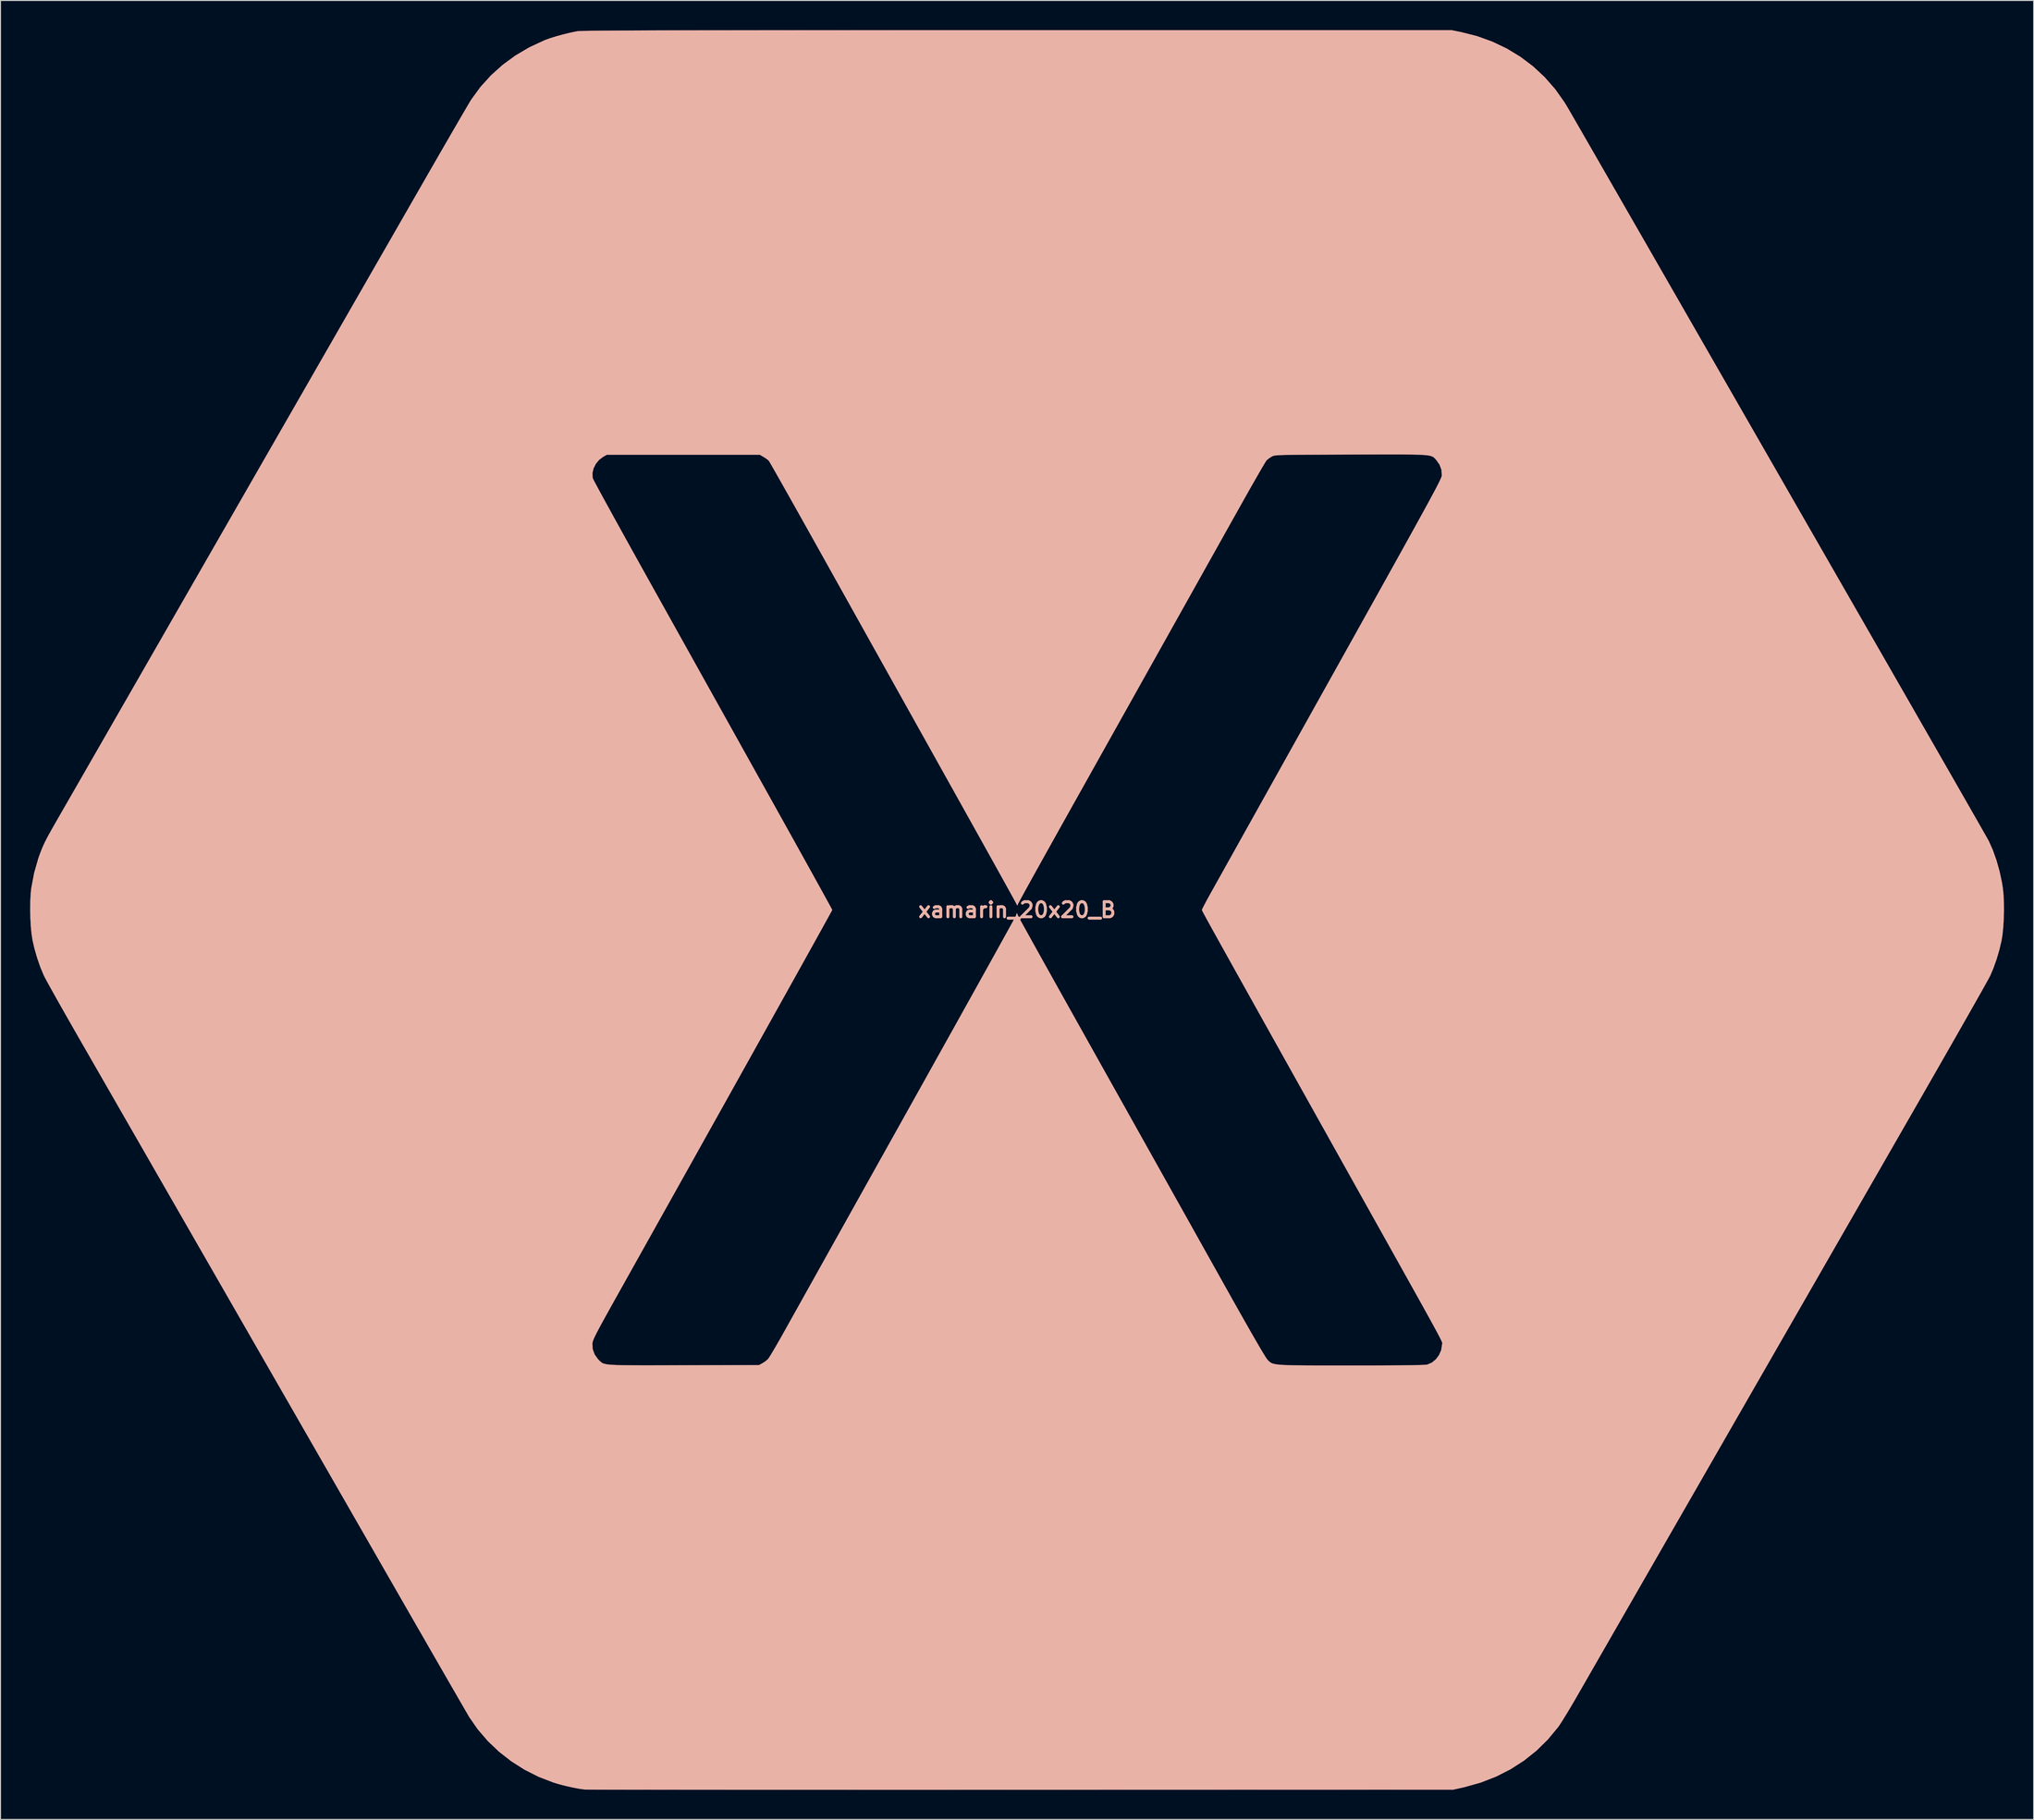
<source format=kicad_pcb>
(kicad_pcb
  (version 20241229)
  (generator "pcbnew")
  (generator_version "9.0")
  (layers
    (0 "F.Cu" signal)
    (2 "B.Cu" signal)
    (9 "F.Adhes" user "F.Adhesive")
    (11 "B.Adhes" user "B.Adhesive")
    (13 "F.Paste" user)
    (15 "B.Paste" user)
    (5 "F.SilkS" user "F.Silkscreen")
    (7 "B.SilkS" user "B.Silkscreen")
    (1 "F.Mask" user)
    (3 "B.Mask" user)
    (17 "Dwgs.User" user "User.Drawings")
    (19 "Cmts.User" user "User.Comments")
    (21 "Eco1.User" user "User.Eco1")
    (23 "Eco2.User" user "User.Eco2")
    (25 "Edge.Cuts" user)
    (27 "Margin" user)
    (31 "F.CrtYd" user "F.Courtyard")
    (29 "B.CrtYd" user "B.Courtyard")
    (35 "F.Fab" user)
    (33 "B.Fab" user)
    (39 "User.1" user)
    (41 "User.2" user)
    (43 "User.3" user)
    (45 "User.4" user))
  (footprint "xamarin_20x20_B"
    (layer "F.Cu")
    (at 99.904 89.117)
    (property "Reference" "xamarin_20x20_B" (at 0 0 0) (layer "B.SilkS") (effects (font (size 1.524 1.524) (thickness 0.3))))
    (attr through_hole)
    (fp_poly (pts (xy 44.95 -88.916) (xy 46.567 -88.506) (xy 48.112 -87.948) (xy 49.576 -87.249) (xy 50.951 -86.413) (xy 52.23 -85.447) (xy 53.403 -84.356) (xy 54.462 -83.146) (xy 55.4 -81.823) (xy 55.612 -81.48) (xy 55.701 -81.329) (xy 55.87 -81.038) (xy 56.115 -80.614) (xy 56.432 -80.064) (xy 56.818 -79.395) (xy 57.268 -78.613) (xy 57.779 -77.726) (xy 58.346 -76.741) (xy 58.965 -75.664) (xy 59.633 -74.502) (xy 60.345 -73.263) (xy 61.098 -71.953) (xy 61.887 -70.579) (xy 62.709 -69.148) (xy 63.56 -67.667) (xy 64.435 -66.143) (xy 65.33 -64.583) (xy 65.806 -63.754) (xy 66.781 -62.056) (xy 67.831 -60.226) (xy 68.948 -58.28) (xy 70.123 -56.233) (xy 71.347 -54.101) (xy 72.611 -51.898) (xy 73.907 -49.64) (xy 75.226 -47.342) (xy 76.559 -45.02) (xy 77.897 -42.688) (xy 79.232 -40.363) (xy 80.554 -38.059) (xy 81.856 -35.792) (xy 83.127 -33.577) (xy 84.36 -31.429) (xy 85.546 -29.364) (xy 86.675 -27.397) (xy 86.813 -27.156) (xy 87.788 -25.459) (xy 88.741 -23.797) (xy 89.671 -22.177) (xy 90.573 -20.604) (xy 91.443 -19.086) (xy 92.279 -17.627) (xy 93.077 -16.235) (xy 93.833 -14.916) (xy 94.543 -13.675) (xy 95.205 -12.519) (xy 95.814 -11.455) (xy 96.367 -10.487) (xy 96.861 -9.624) (xy 97.291 -8.87) (xy 97.655 -8.231) (xy 97.948 -7.716) (xy 98.168 -7.328) (xy 98.31 -7.075) (xy 98.371 -6.963) (xy 98.778 -6.046) (xy 99.144 -5.011) (xy 99.455 -3.907) (xy 99.695 -2.781) (xy 99.788 -2.201) (xy 99.856 -1.531) (xy 99.892 -0.75) (xy 99.898 0.095) (xy 99.875 0.955) (xy 99.824 1.784) (xy 99.746 2.534) (xy 99.656 3.09) (xy 99.433 4.042) (xy 99.145 5.016) (xy 98.814 5.944) (xy 98.515 6.646) (xy 98.434 6.802) (xy 98.274 7.097) (xy 98.038 7.522) (xy 97.732 8.069) (xy 97.36 8.73) (xy 96.927 9.496) (xy 96.437 10.36) (xy 95.896 11.314) (xy 95.307 12.349) (xy 94.676 13.456) (xy 94.006 14.629) (xy 93.304 15.857) (xy 92.573 17.134) (xy 91.818 18.452) (xy 91.062 19.77) (xy 90.164 21.333) (xy 89.21 22.995) (xy 88.21 24.736) (xy 87.176 26.538) (xy 86.118 28.379) (xy 85.049 30.241) (xy 83.979 32.104) (xy 82.92 33.948) (xy 81.883 35.754) (xy 80.88 37.502) (xy 79.921 39.173) (xy 79.017 40.746) (xy 78.181 42.203) (xy 77.765 42.926) (xy 76.942 44.359) (xy 76.047 45.918) (xy 75.092 47.581) (xy 74.089 49.328) (xy 73.051 51.137) (xy 71.988 52.986) (xy 70.915 54.856) (xy 69.842 56.725) (xy 68.782 58.571) (xy 67.747 60.373) (xy 66.749 62.111) (xy 65.8 63.762) (xy 64.913 65.307) (xy 64.857 65.405) (xy 64.084 66.75) (xy 63.318 68.084) (xy 62.565 69.396) (xy 61.83 70.677) (xy 61.118 71.915) (xy 60.437 73.101) (xy 59.792 74.225) (xy 59.188 75.277) (xy 58.632 76.245) (xy 58.129 77.121) (xy 57.686 77.894) (xy 57.307 78.553) (xy 56.999 79.089) (xy 56.768 79.492) (xy 56.714 79.587) (xy 56.35 80.215) (xy 55.988 80.828) (xy 55.644 81.401) (xy 55.331 81.911) (xy 55.065 82.334) (xy 54.859 82.645) (xy 54.777 82.762) (xy 53.736 84.02) (xy 52.582 85.156) (xy 51.319 86.164) (xy 49.955 87.041) (xy 48.495 87.784) (xy 46.944 88.388) (xy 45.31 88.849) (xy 45.172 88.881) (xy 44.154 89.109) (xy 0.339 89.118) (xy -2.379 89.119) (xy -5.056 89.119) (xy -7.686 89.12) (xy -10.264 89.12) (xy -12.786 89.12) (xy -15.246 89.12) (xy -17.639 89.119) (xy -19.961 89.119) (xy -22.206 89.119) (xy -24.369 89.118) (xy -26.445 89.117) (xy -28.429 89.117) (xy -30.317 89.116) (xy -32.102 89.115) (xy -33.781 89.114) (xy -35.348 89.113) (xy -36.797 89.111) (xy -38.125 89.11) (xy -39.326 89.109) (xy -40.394 89.107) (xy -41.326 89.106) (xy -42.115 89.104) (xy -42.757 89.102) (xy -43.247 89.101) (xy -43.58 89.099) (xy -43.751 89.097) (xy -43.773 89.096) (xy -44.332 89.017) (xy -44.991 88.891) (xy -45.69 88.733) (xy -46.372 88.556) (xy -46.933 88.386) (xy -48.426 87.811) (xy -49.85 87.092) (xy -51.194 86.24) (xy -52.442 85.265) (xy -53.582 84.178) (xy -54.599 82.99) (xy -55.433 81.788) (xy -55.512 81.655) (xy -55.671 81.382) (xy -55.905 80.98) (xy -56.209 80.455) (xy -56.578 79.815) (xy -57.008 79.069) (xy -57.495 78.226) (xy -58.032 77.292) (xy -58.616 76.277) (xy -59.243 75.188) (xy -59.906 74.033) (xy -60.603 72.822) (xy -61.327 71.561) (xy -62.074 70.259) (xy -62.698 69.173) (xy -63.552 67.685) (xy -64.442 66.134) (xy -65.358 64.537) (xy -66.292 62.91) (xy -67.233 61.27) (xy -68.173 59.632) (xy -69.102 58.015) (xy -70.01 56.433) (xy -70.887 54.904) (xy -71.726 53.444) (xy -72.515 52.07) (xy -73.245 50.797) (xy -73.908 49.643) (xy -74.338 48.895) (xy -75.208 47.38) (xy -76.148 45.743) (xy -77.15 43.998) (xy -77.179 43.948) (xy -42.991 43.948) (xy -42.953 44.503) (xy -42.757 45.033) (xy -42.415 45.51) (xy -42.339 45.587) (xy -42.247 45.679) (xy -42.163 45.761) (xy -42.078 45.832) (xy -41.98 45.894) (xy -41.858 45.946) (xy -41.703 45.991) (xy -41.503 46.028) (xy -41.249 46.057) (xy -40.928 46.081) (xy -40.531 46.099) (xy -40.046 46.112) (xy -39.464 46.12) (xy -38.774 46.125) (xy -37.964 46.127) (xy -37.024 46.127) (xy -35.944 46.125) (xy -34.713 46.122) (xy -33.74 46.119) (xy -26.12 46.101) (xy -25.781 45.918) (xy -25.509 45.743) (xy -25.262 45.54) (xy -25.217 45.495) (xy -25.122 45.364) (xy -24.957 45.105) (xy -24.734 44.736) (xy -24.463 44.276) (xy -24.157 43.746) (xy -23.826 43.165) (xy -23.598 42.757) (xy -23.434 42.463) (xy -23.192 42.029) (xy -22.875 41.462) (xy -22.488 40.768) (xy -22.034 39.955) (xy -21.517 39.029) (xy -20.942 37.999) (xy -20.312 36.87) (xy -19.631 35.651) (xy -18.904 34.348) (xy -18.134 32.969) (xy -17.325 31.52) (xy -16.482 30.009) (xy -15.608 28.443) (xy -14.707 26.829) (xy -13.783 25.174) (xy -12.84 23.485) (xy -11.883 21.77) (xy -11.215 20.574) (xy -10.267 18.875) (xy -9.339 17.212) (xy -8.437 15.593) (xy -7.562 14.023) (xy -6.718 12.509) (xy -5.909 11.056) (xy -5.139 9.672) (xy -4.41 8.361) (xy -3.726 7.13) (xy -3.091 5.986) (xy -2.507 4.935) (xy -1.979 3.982) (xy -1.51 3.134) (xy -1.103 2.398) (xy -0.762 1.778) (xy -0.49 1.283) (xy -0.291 0.917) (xy -0.167 0.686) (xy -0.123 0.6) (xy -0.021 0.31) (xy 0.146 0.684) (xy 0.204 0.795) (xy 0.34 1.046) (xy 0.551 1.43) (xy 0.833 1.94) (xy 1.181 2.569) (xy 1.591 3.309) (xy 2.061 4.153) (xy 2.584 5.094) (xy 3.158 6.124) (xy 3.779 7.237) (xy 4.441 8.424) (xy 5.142 9.68) (xy 5.877 10.995) (xy 6.643 12.364) (xy 7.434 13.779) (xy 8.247 15.232) (xy 8.488 15.663) (xy 9.378 17.253) (xy 10.287 18.878) (xy 11.21 20.526) (xy 12.138 22.184) (xy 13.064 23.839) (xy 13.982 25.48) (xy 14.884 27.092) (xy 15.763 28.663) (xy 16.613 30.181) (xy 17.425 31.632) (xy 18.192 33.005) (xy 18.908 34.285) (xy 19.566 35.461) (xy 20.158 36.519) (xy 20.677 37.447) (xy 20.852 37.761) (xy 21.662 39.208) (xy 22.391 40.505) (xy 23.041 41.654) (xy 23.61 42.656) (xy 24.1 43.51) (xy 24.511 44.216) (xy 24.842 44.776) (xy 25.095 45.189) (xy 25.268 45.456) (xy 25.357 45.571) (xy 25.452 45.668) (xy 25.541 45.753) (xy 25.635 45.827) (xy 25.743 45.891) (xy 25.877 45.946) (xy 26.048 45.992) (xy 26.267 46.031) (xy 26.543 46.062) (xy 26.889 46.087) (xy 27.315 46.106) (xy 27.831 46.12) (xy 28.449 46.13) (xy 29.179 46.137) (xy 30.032 46.141) (xy 31.019 46.143) (xy 32.15 46.143) (xy 33.437 46.143) (xy 33.845 46.143) (xy 35.316 46.142) (xy 36.622 46.14) (xy 37.766 46.135) (xy 38.752 46.128) (xy 39.583 46.12) (xy 40.263 46.109) (xy 40.795 46.096) (xy 41.184 46.081) (xy 41.433 46.064) (xy 41.529 46.05) (xy 41.983 45.853) (xy 42.384 45.525) (xy 42.706 45.1) (xy 42.923 44.613) (xy 43.009 44.1) (xy 43.01 44.066) (xy 43.013 44.023) (xy 43.021 43.992) (xy 43.031 43.968) (xy 43.04 43.945) (xy 43.044 43.917) (xy 43.041 43.878) (xy 43.027 43.824) (xy 43 43.749) (xy 42.956 43.647) (xy 42.892 43.512) (xy 42.806 43.339) (xy 42.694 43.122) (xy 42.554 42.856) (xy 42.382 42.535) (xy 42.175 42.154) (xy 41.93 41.707) (xy 41.644 41.188) (xy 41.315 40.592) (xy 40.938 39.913) (xy 40.511 39.145) (xy 40.032 38.284) (xy 39.496 37.324) (xy 38.902 36.258) (xy 38.245 35.082) (xy 37.523 33.789) (xy 36.733 32.375) (xy 35.871 30.833) (xy 34.936 29.158) (xy 33.923 27.345) (xy 33.191 26.035) (xy 31.891 23.707) (xy 30.671 21.522) (xy 29.528 19.476) (xy 28.46 17.565) (xy 27.465 15.782) (xy 26.539 14.125) (xy 25.681 12.588) (xy 24.888 11.168) (xy 24.158 9.858) (xy 23.486 8.655) (xy 22.873 7.555) (xy 22.313 6.552) (xy 21.807 5.643) (xy 21.349 4.822) (xy 20.939 4.084) (xy 20.573 3.427) (xy 20.25 2.844) (xy 19.966 2.332) (xy 19.718 1.885) (xy 19.506 1.5) (xy 19.325 1.171) (xy 19.173 0.894) (xy 19.048 0.665) (xy 18.948 0.479) (xy 18.869 0.331) (xy 18.81 0.217) (xy 18.767 0.132) (xy 18.738 0.072) (xy 18.721 0.032) (xy 18.713 0.008) (xy 18.711 -0.003) (xy 18.751 -0.106) (xy 18.862 -0.332) (xy 19.033 -0.66) (xy 19.25 -1.065) (xy 19.502 -1.524) (xy 19.592 -1.685) (xy 19.709 -1.894) (xy 19.904 -2.245) (xy 20.175 -2.73) (xy 20.518 -3.344) (xy 20.927 -4.078) (xy 21.401 -4.928) (xy 21.936 -5.885) (xy 22.526 -6.944) (xy 23.17 -8.098) (xy 23.863 -9.339) (xy 24.601 -10.663) (xy 25.381 -12.061) (xy 26.199 -13.527) (xy 27.051 -15.055) (xy 27.934 -16.638) (xy 28.844 -18.269) (xy 29.777 -19.942) (xy 30.73 -21.65) (xy 31.699 -23.387) (xy 31.712 -23.41) (xy 32.858 -25.465) (xy 33.924 -27.377) (xy 34.913 -29.152) (xy 35.829 -30.795) (xy 36.673 -32.31) (xy 37.449 -33.704) (xy 38.159 -34.981) (xy 38.806 -36.147) (xy 39.394 -37.207) (xy 39.925 -38.166) (xy 40.401 -39.028) (xy 40.826 -39.801) (xy 41.203 -40.488) (xy 41.535 -41.095) (xy 41.823 -41.627) (xy 42.072 -42.089) (xy 42.283 -42.486) (xy 42.461 -42.825) (xy 42.607 -43.109) (xy 42.725 -43.344) (xy 42.817 -43.536) (xy 42.886 -43.689) (xy 42.936 -43.808) (xy 42.968 -43.9) (xy 42.986 -43.968) (xy 42.992 -44.008) (xy 42.959 -44.568) (xy 42.766 -45.101) (xy 42.443 -45.559) (xy 42.356 -45.657) (xy 42.278 -45.744) (xy 42.198 -45.82) (xy 42.106 -45.886) (xy 41.991 -45.943) (xy 41.842 -45.99) (xy 41.649 -46.03) (xy 41.401 -46.062) (xy 41.088 -46.087) (xy 40.7 -46.106) (xy 40.225 -46.12) (xy 39.653 -46.129) (xy 38.974 -46.134) (xy 38.177 -46.136) (xy 37.251 -46.135) (xy 36.186 -46.133) (xy 34.972 -46.129) (xy 33.782 -46.125) (xy 32.47 -46.121) (xy 31.316 -46.117) (xy 30.31 -46.113) (xy 29.442 -46.109) (xy 28.7 -46.104) (xy 28.073 -46.098) (xy 27.552 -46.092) (xy 27.124 -46.083) (xy 26.78 -46.073) (xy 26.509 -46.062) (xy 26.3 -46.048) (xy 26.142 -46.031) (xy 26.025 -46.012) (xy 25.938 -45.989) (xy 25.869 -45.963) (xy 25.809 -45.934) (xy 25.781 -45.919) (xy 25.522 -45.756) (xy 25.298 -45.578) (xy 25.254 -45.534) (xy 25.179 -45.425) (xy 25.03 -45.182) (xy 24.814 -44.817) (xy 24.54 -44.346) (xy 24.215 -43.781) (xy 23.846 -43.135) (xy 23.442 -42.423) (xy 23.011 -41.658) (xy 22.58 -40.89) (xy 22.186 -40.185) (xy 21.718 -39.35) (xy 21.187 -38.401) (xy 20.603 -37.357) (xy 19.975 -36.234) (xy 19.312 -35.05) (xy 18.625 -33.822) (xy 17.924 -32.567) (xy 17.217 -31.304) (xy 16.515 -30.049) (xy 15.827 -28.819) (xy 15.454 -28.152) (xy 14.77 -26.929) (xy 14.016 -25.581) (xy 13.204 -24.13) (xy 12.347 -22.599) (xy 11.458 -21.009) (xy 10.548 -19.383) (xy 9.631 -17.744) (xy 8.719 -16.113) (xy 7.824 -14.514) (xy 6.96 -12.968) (xy 6.137 -11.499) (xy 5.458 -10.285) (xy 4.799 -9.105) (xy 4.162 -7.965) (xy 3.553 -6.873) (xy 2.977 -5.838) (xy 2.438 -4.869) (xy 1.941 -3.975) (xy 1.492 -3.164) (xy 1.095 -2.446) (xy 0.756 -1.829) (xy 0.478 -1.323) (xy 0.268 -0.936) (xy 0.13 -0.677) (xy 0.068 -0.555) (xy 0.066 -0.548) (xy 0.031 -0.452) (xy -0.015 -0.493) (xy -0.071 -0.619) (xy -0.122 -0.717) (xy -0.252 -0.956) (xy -0.455 -1.327) (xy -0.729 -1.822) (xy -1.067 -2.435) (xy -1.467 -3.157) (xy -1.924 -3.981) (xy -2.434 -4.899) (xy -2.992 -5.903) (xy -3.594 -6.985) (xy -4.236 -8.139) (xy -4.914 -9.355) (xy -5.623 -10.627) (xy -6.359 -11.947) (xy -7.118 -13.307) (xy -7.337 -13.7) (xy -8.204 -15.254) (xy -9.112 -16.882) (xy -10.052 -18.565) (xy -11.013 -20.288) (xy -11.987 -22.032) (xy -12.963 -23.782) (xy -13.933 -25.519) (xy -14.887 -27.228) (xy -15.815 -28.891) (xy -16.708 -30.492) (xy -17.556 -32.012) (xy -18.351 -33.436) (xy -19.082 -34.747) (xy -19.74 -35.926) (xy -19.749 -35.941) (xy -20.402 -37.11) (xy -21.034 -38.24) (xy -21.639 -39.322) (xy -22.213 -40.346) (xy -22.751 -41.304) (xy -23.247 -42.186) (xy -23.696 -42.984) (xy -24.094 -43.688) (xy -24.435 -44.29) (xy -24.715 -44.78) (xy -24.927 -45.151) (xy -25.068 -45.392) (xy -25.132 -45.494) (xy -25.133 -45.496) (xy -25.288 -45.631) (xy -25.523 -45.796) (xy -25.654 -45.877) (xy -26.035 -46.101) (xy -41.529 -46.101) (xy -41.906 -45.889) (xy -42.312 -45.583) (xy -42.639 -45.183) (xy -42.869 -44.726) (xy -42.983 -44.253) (xy -42.965 -43.799) (xy -42.941 -43.706) (xy -42.889 -43.595) (xy -42.759 -43.344) (xy -42.556 -42.964) (xy -42.285 -42.462) (xy -41.951 -41.847) (xy -41.558 -41.128) (xy -41.111 -40.315) (xy -40.615 -39.414) (xy -40.076 -38.437) (xy -39.497 -37.39) (xy -38.884 -36.284) (xy -38.241 -35.126) (xy -37.573 -33.926) (xy -37.161 -33.186) (xy -36.398 -31.816) (xy -35.563 -30.319) (xy -34.67 -28.716) (xy -33.729 -27.028) (xy -32.753 -25.276) (xy -31.752 -23.48) (xy -30.739 -21.662) (xy -29.725 -19.843) (xy -28.722 -18.044) (xy -27.742 -16.285) (xy -26.796 -14.587) (xy -25.896 -12.972) (xy -25.094 -11.534) (xy -24.375 -10.243) (xy -23.679 -8.993) (xy -23.01 -7.79) (xy -22.373 -6.643) (xy -21.772 -5.56) (xy -21.211 -4.549) (xy -20.696 -3.619) (xy -20.23 -2.776) (xy -19.817 -2.029) (xy -19.463 -1.387) (xy -19.172 -0.856) (xy -18.948 -0.446) (xy -18.796 -0.164) (xy -18.72 -0.018) (xy -18.711 0.001) (xy -18.752 0.081) (xy -18.872 0.304) (xy -19.069 0.663) (xy -19.339 1.153) (xy -19.679 1.768) (xy -20.086 2.503) (xy -20.557 3.352) (xy -21.089 4.309) (xy -21.678 5.369) (xy -22.322 6.527) (xy -23.017 7.775) (xy -23.76 9.11) (xy -24.548 10.525) (xy -25.378 12.015) (xy -26.247 13.573) (xy -27.151 15.195) (xy -28.088 16.875) (xy -29.054 18.607) (xy -30.046 20.385) (xy -31.062 22.204) (xy -32.097 24.058) (xy -33.149 25.943) (xy -34.215 27.851) (xy -35.292 29.777) (xy -36.376 31.716) (xy -37.464 33.663) (xy -38.553 35.61) (xy -39.64 37.554) (xy -39.945 38.1) (xy -40.52 39.128) (xy -41.017 40.018) (xy -41.442 40.783) (xy -41.801 41.433) (xy -42.1 41.979) (xy -42.343 42.432) (xy -42.538 42.802) (xy -42.688 43.101) (xy -42.801 43.338) (xy -42.882 43.526) (xy -42.936 43.675) (xy -42.969 43.796) (xy -42.986 43.899) (xy -42.991 43.948) (xy -77.179 43.948) (xy -78.205 42.161) (xy -79.305 40.245) (xy -80.441 38.266) (xy -81.605 36.239) (xy -82.789 34.178) (xy -83.983 32.099) (xy -85.179 30.015) (xy -86.37 27.942) (xy -87.546 25.894) (xy -88.698 23.886) (xy -89.82 21.934) (xy -90.901 20.051) (xy -91.933 18.252) (xy -92.909 16.553) (xy -93.819 14.968) (xy -94.655 13.512) (xy -94.83 13.208) (xy -95.363 12.277) (xy -95.879 11.373) (xy -96.371 10.509) (xy -96.83 9.698) (xy -97.25 8.952) (xy -97.623 8.286) (xy -97.943 7.711) (xy -98.2 7.242) (xy -98.39 6.891) (xy -98.503 6.671) (xy -98.515 6.646) (xy -98.866 5.809) (xy -99.192 4.869) (xy -99.471 3.895) (xy -99.656 3.09) (xy -99.757 2.448) (xy -99.832 1.686) (xy -99.88 0.851) (xy -99.899 -0.009) (xy -99.89 -0.849) (xy -99.849 -1.619) (xy -99.788 -2.201) (xy -99.497 -3.751) (xy -99.071 -5.237) (xy -98.921 -5.658) (xy -98.792 -5.997) (xy -98.667 -6.306) (xy -98.534 -6.609) (xy -98.382 -6.926) (xy -98.2 -7.281) (xy -97.977 -7.695) (xy -97.7 -8.19) (xy -97.359 -8.79) (xy -96.985 -9.44) (xy -96.778 -9.801) (xy -96.495 -10.294) (xy -96.143 -10.906) (xy -95.731 -11.623) (xy -95.267 -12.432) (xy -94.758 -13.318) (xy -94.213 -14.267) (xy -93.64 -15.265) (xy -93.046 -16.3) (xy -92.44 -17.356) (xy -91.83 -18.419) (xy -91.759 -18.542) (xy -91.351 -19.254) (xy -90.864 -20.103) (xy -90.302 -21.081) (xy -89.672 -22.179) (xy -88.979 -23.387) (xy -88.228 -24.696) (xy -87.424 -26.098) (xy -86.572 -27.582) (xy -85.678 -29.141) (xy -84.746 -30.764) (xy -83.783 -32.443) (xy -82.792 -34.169) (xy -81.781 -35.932) (xy -80.753 -37.724) (xy -79.713 -39.535) (xy -78.668 -41.356) (xy -77.623 -43.178) (xy -76.582 -44.992) (xy -76.116 -45.805) (xy -75.073 -47.621) (xy -74.022 -49.454) (xy -72.966 -51.294) (xy -71.911 -53.132) (xy -70.863 -54.959) (xy -69.826 -56.765) (xy -68.807 -58.541) (xy -67.811 -60.277) (xy -66.844 -61.963) (xy -65.909 -63.592) (xy -65.014 -65.152) (xy -64.163 -66.635) (xy -63.362 -68.031) (xy -62.616 -69.331) (xy -61.931 -70.526) (xy -61.311 -71.605) (xy -60.763 -72.56) (xy -60.292 -73.381) (xy -60.132 -73.66) (xy -59.518 -74.73) (xy -58.92 -75.769) (xy -58.346 -76.767) (xy -57.8 -77.712) (xy -57.291 -78.594) (xy -56.822 -79.402) (xy -56.402 -80.126) (xy -56.036 -80.754) (xy -55.731 -81.276) (xy -55.492 -81.682) (xy -55.325 -81.96) (xy -55.248 -82.084) (xy -54.324 -83.353) (xy -53.267 -84.523) (xy -52.086 -85.587) (xy -50.792 -86.536) (xy -49.394 -87.363) (xy -47.903 -88.06) (xy -47.73 -88.13) (xy -47.239 -88.306) (xy -46.634 -88.493) (xy -45.971 -88.676) (xy -45.304 -88.841) (xy -44.686 -88.972) (xy -44.535 -89) (xy -44.462 -89.008) (xy -44.34 -89.016) (xy -44.166 -89.024) (xy -43.934 -89.031) (xy -43.642 -89.038) (xy -43.285 -89.045) (xy -42.86 -89.051) (xy -42.362 -89.057) (xy -41.787 -89.062) (xy -41.132 -89.067) (xy -40.393 -89.072) (xy -39.565 -89.076) (xy -38.645 -89.08) (xy -37.628 -89.084) (xy -36.512 -89.088) (xy -35.291 -89.091) (xy -33.962 -89.094) (xy -32.522 -89.096) (xy -30.965 -89.099) (xy -29.289 -89.101) (xy -27.488 -89.103) (xy -25.56 -89.105) (xy -23.5 -89.106) (xy -21.305 -89.108) (xy -18.97 -89.109) (xy -16.491 -89.11) (xy -13.865 -89.11) (xy -11.087 -89.111) (xy -8.155 -89.111) (xy -5.062 -89.112) (xy -1.807 -89.112) (xy 0.042 -89.112) (xy 43.984 -89.112) (xy 44.95 -88.916)) (stroke (width 0.01) (type solid)) (fill yes) (layer "B.SilkS")))
  (gr_rect
    (start -3 -3)
    (end 202.808 181.241)
    (stroke (width 0.1) (type default))
    (fill no)
    (layer "Edge.Cuts")))
</source>
